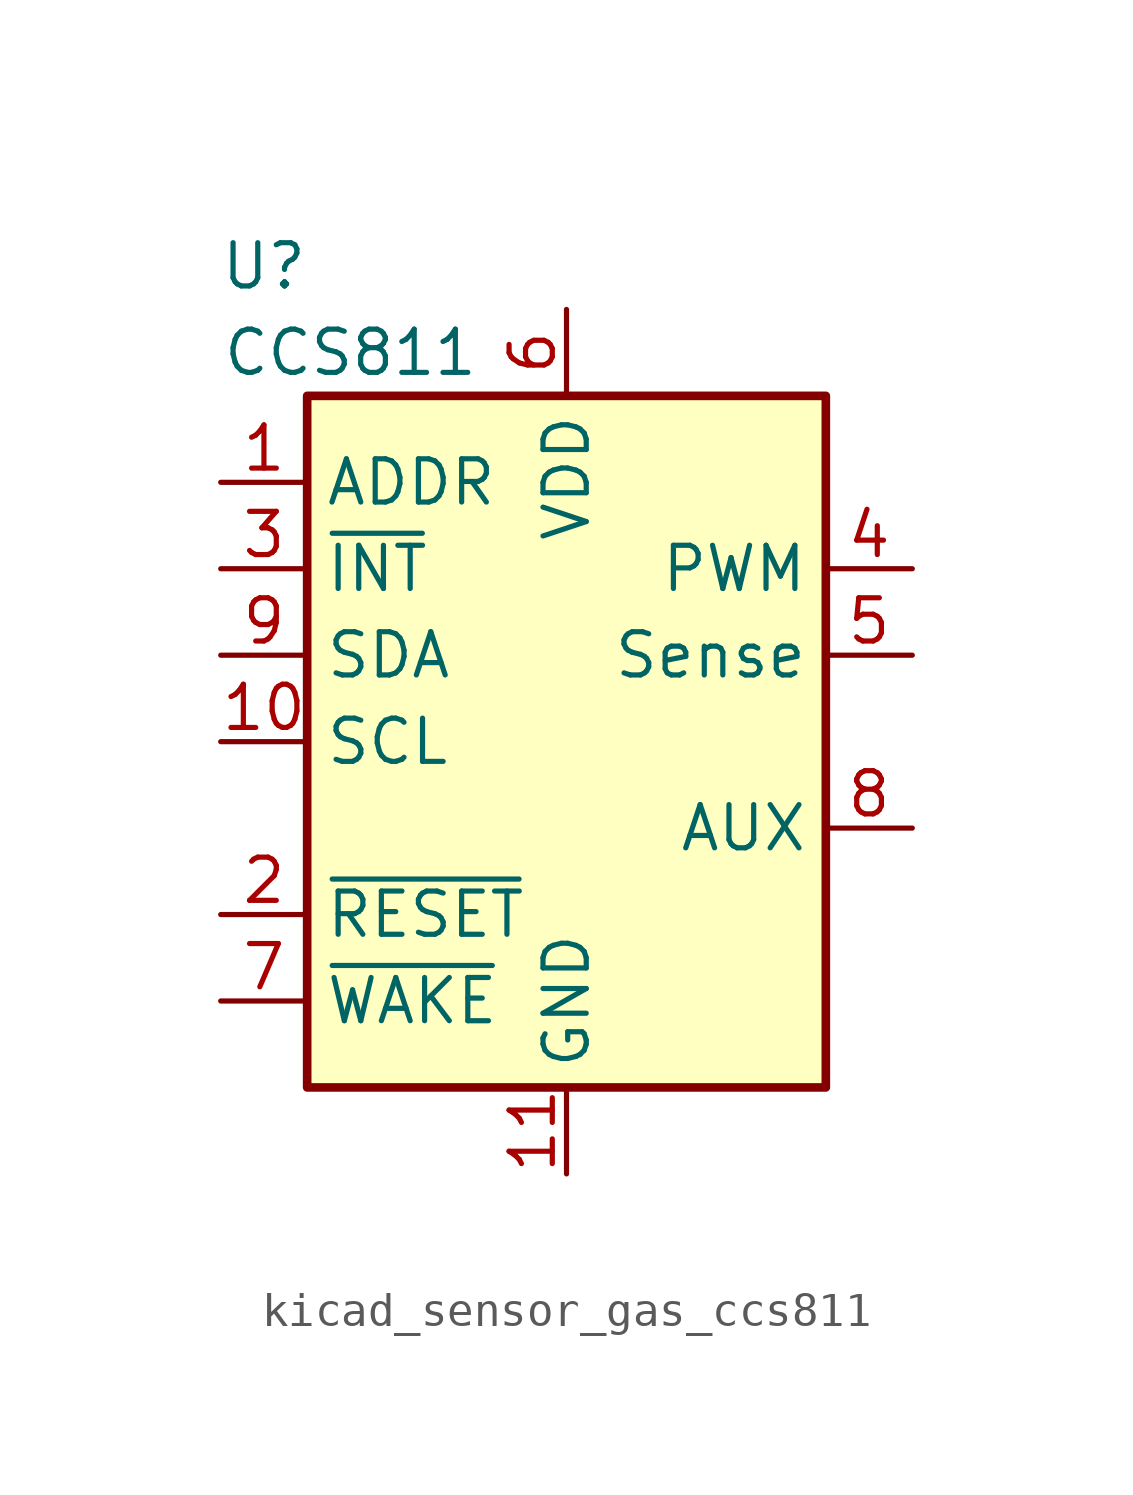
<source format=kicad_sym>
(kicad_symbol_lib
  (version 20220914)
  (generator kicad_symbol_editor)
  (symbol "kicad_sensor_gas_ccs811"
    (property "Reference" "U"
      (at -8.89 13.97 0)
      (effects (font (size 1.27 1.27))))
    (property "Value" "CCS811"
      (at -6.35 11.43 0)
      (effects (font (size 1.27 1.27))))
    (symbol "kicad_sensor_gas_ccs811_0_1"
      (rectangle (start -7.62 10.16) (end 7.62 -10.16) (stroke (width 0.254) (type default)) (fill (type background))))
    (symbol "kicad_sensor_gas_ccs811_1_1"
      (pin input line (at -10.16 7.62 0) (length 2.54) (name "ADDR" (effects (font (size 1.27 1.27)))) (number "1" (effects (font (size 1.27 1.27)))))
      (pin input line (at -10.16 0 0) (length 2.54) (name "SCL" (effects (font (size 1.27 1.27)))) (number "10" (effects (font (size 1.27 1.27)))))
      (pin power_in line (at 0 -12.7 90) (length 2.54) (name "GND" (effects (font (size 1.27 1.27)))) (number "11" (effects (font (size 1.27 1.27)))))
      (pin input line (at -10.16 -5.08 0) (length 2.54) (name "~{RESET}" (effects (font (size 1.27 1.27)))) (number "2" (effects (font (size 1.27 1.27)))))
      (pin output line (at -10.16 5.08 0) (length 2.54) (name "~{INT}" (effects (font (size 1.27 1.27)))) (number "3" (effects (font (size 1.27 1.27)))))
      (pin output line (at 10.16 5.08 180) (length 2.54) (name "PWM" (effects (font (size 1.27 1.27)))) (number "4" (effects (font (size 1.27 1.27)))))
      (pin bidirectional line (at 10.16 2.54 180) (length 2.54) (name "Sense" (effects (font (size 1.27 1.27)))) (number "5" (effects (font (size 1.27 1.27)))))
      (pin power_in line (at 0 12.7 270) (length 2.54) (name "VDD" (effects (font (size 1.27 1.27)))) (number "6" (effects (font (size 1.27 1.27)))))
      (pin input line (at -10.16 -7.62 0) (length 2.54) (name "~{WAKE}" (effects (font (size 1.27 1.27)))) (number "7" (effects (font (size 1.27 1.27)))))
      (pin input line (at 10.16 -2.54 180) (length 2.54) (name "AUX" (effects (font (size 1.27 1.27)))) (number "8" (effects (font (size 1.27 1.27)))))
      (pin bidirectional line (at -10.16 2.54 0) (length 2.54) (name "SDA" (effects (font (size 1.27 1.27)))) (number "9" (effects (font (size 1.27 1.27))))))))
</source>
